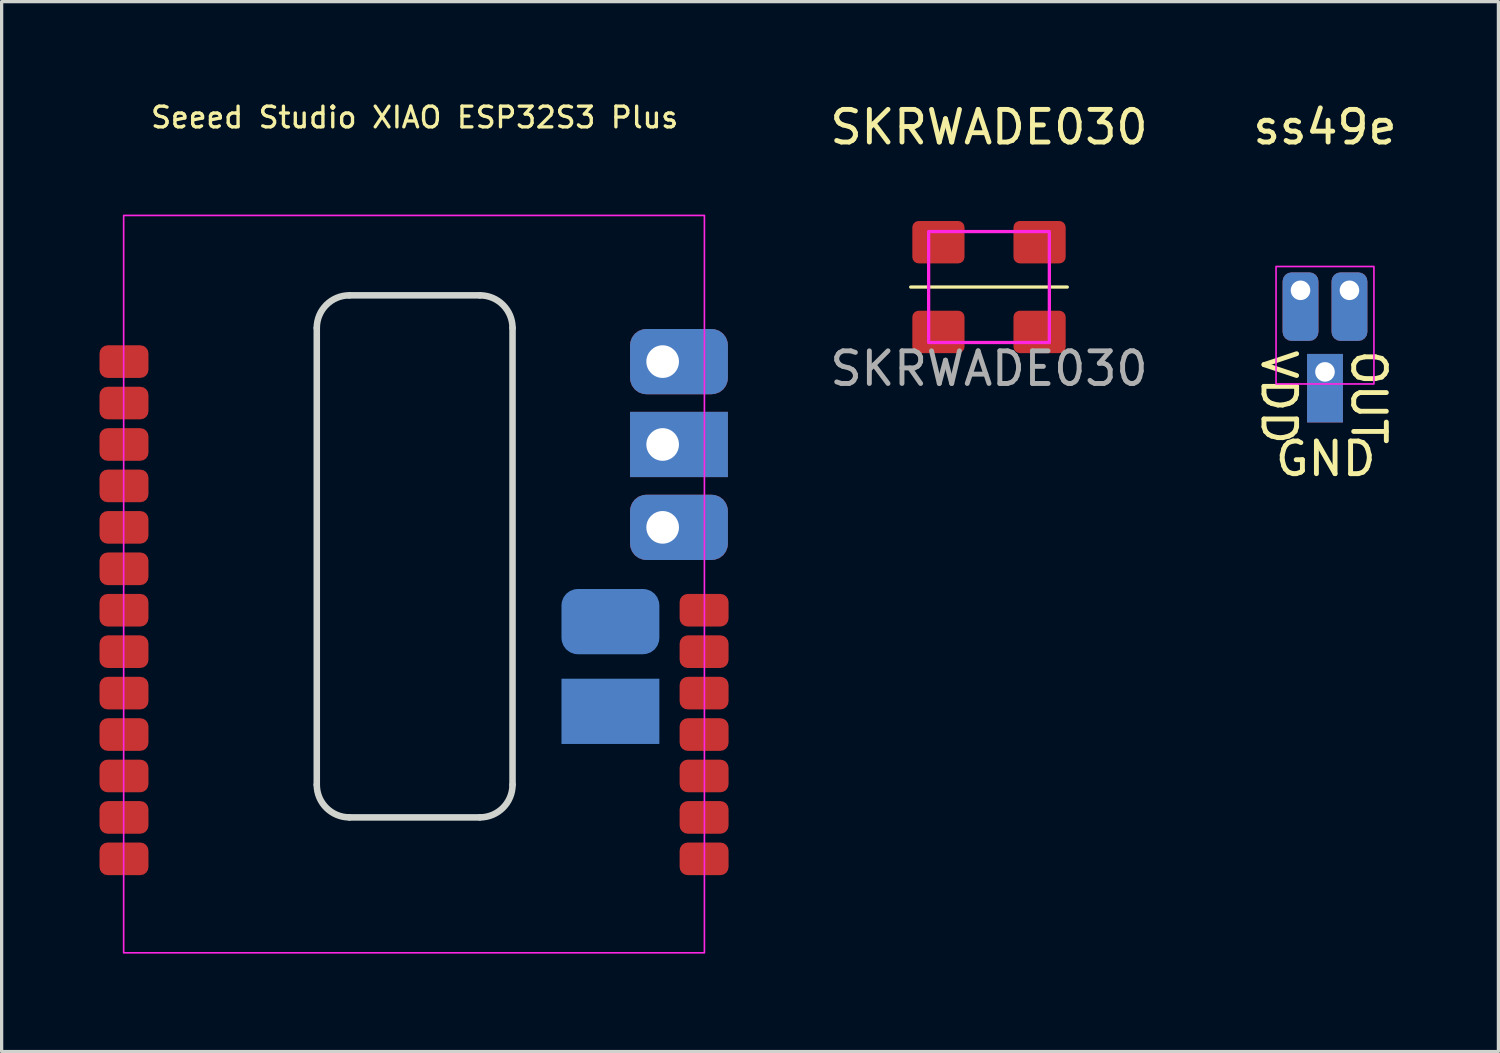
<source format=kicad_pcb>
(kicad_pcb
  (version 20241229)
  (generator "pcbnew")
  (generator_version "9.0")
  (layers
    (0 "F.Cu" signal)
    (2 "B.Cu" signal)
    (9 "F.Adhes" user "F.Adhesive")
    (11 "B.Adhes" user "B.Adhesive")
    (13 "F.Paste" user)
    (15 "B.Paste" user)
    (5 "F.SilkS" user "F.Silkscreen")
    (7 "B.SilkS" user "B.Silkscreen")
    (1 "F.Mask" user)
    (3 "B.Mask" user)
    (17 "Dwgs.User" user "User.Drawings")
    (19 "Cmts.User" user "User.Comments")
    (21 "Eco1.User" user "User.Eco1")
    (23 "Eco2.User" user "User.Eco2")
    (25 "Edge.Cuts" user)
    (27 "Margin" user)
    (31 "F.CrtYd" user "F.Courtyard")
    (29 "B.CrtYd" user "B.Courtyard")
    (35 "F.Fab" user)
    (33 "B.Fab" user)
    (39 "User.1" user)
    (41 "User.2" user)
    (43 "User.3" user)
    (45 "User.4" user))
  (footprint "SKRWADE030"
    (layer "F.Cu")
    (at 27.262 5.748)
    (property "Reference" "SKRWADE030" (at 0 -4.9 0) (unlocked yes) (layer "F.SilkS") (effects (font (size 1 1) (thickness 0.15))))
    (attr through_hole)
    (fp_line (start -2.4 0) (end 2.4 0) (stroke (width 0.1) (type default)) (layer "F.SilkS"))
    (fp_rect (start -1.85 -1.7) (end 1.85 1.7) (stroke (width 0.1) (type solid)) (fill no) (layer "F.CrtYd"))
    (fp_line (start -1.85 -1.7) (end -1.25 -1.05) (stroke (width 0.1) (type solid)) (layer "User.1"))
    (fp_line (start -1.25 1.05) (end -1.85 1.7) (stroke (width 0.1) (type solid)) (layer "User.1"))
    (fp_line (start 1.85 -1.7) (end 1.25 -1.05) (stroke (width 0.1) (type default)) (layer "User.1"))
    (fp_line (start 1.85 1.7) (end 1.25 1.05) (stroke (width 0.1) (type default)) (layer "User.1"))
    (fp_rect (start -1.25 -1.05) (end 1.25 1.05) (stroke (width 0.1) (type solid)) (fill no) (layer "User.1"))
    (fp_text user "${REFERENCE}" (at 0 2.5 0) (unlocked yes) (layer "F.Fab") (effects (font (size 1 1) (thickness 0.15))))
    (pad "1" smd roundrect (at -1.55 -1.375) (size 1.6 1.3) (layers "F.Cu" "F.Mask" "F.Paste") (roundrect_rratio 0.15))
    (pad "1" smd roundrect (at 1.55 -1.375) (size 1.6 1.3) (layers "F.Cu" "F.Mask" "F.Paste") (roundrect_rratio 0.15))
    (pad "2" smd roundrect (at -1.55 1.375) (size 1.6 1.3) (layers "F.Cu" "F.Mask" "F.Paste") (roundrect_rratio 0.15))
    (pad "2" smd roundrect (at 1.55 1.375) (size 1.6 1.3) (layers "F.Cu" "F.Mask" "F.Paste") (roundrect_rratio 0.15)))
  (footprint "Seeed Studio XIAO ESP32S3 Plus"
    (layer "F.Cu")
    (at 9.659 3.502)
    (property "Reference" "Seeed Studio XIAO ESP32S3 Plus" (at 0 -2.953 0) (unlocked yes) (layer "F.SilkS") (effects (font (size 0.635 0.635) (thickness 0.102))))
    (attr smd)
    (fp_line (start -3 17.5) (end -3 3.5) (stroke (width 0.2) (type solid)) (layer "Edge.Cuts"))
    (fp_line (start -2 2.5) (end 2 2.5) (stroke (width 0.2) (type solid)) (layer "Edge.Cuts"))
    (fp_line (start 2 18.5) (end -2 18.5) (stroke (width 0.2) (type solid)) (layer "Edge.Cuts"))
    (fp_line (start 3 3.5) (end 3 17.5) (stroke (width 0.2) (type solid)) (layer "Edge.Cuts"))
    (fp_arc (start -3 3.5) (mid -2.707107 2.792893) (end -2 2.5) (stroke (width 0.2) (type solid)) (layer "Edge.Cuts"))
    (fp_arc (start -2 18.5) (mid -2.707107 18.207107) (end -3 17.5) (stroke (width 0.2) (type solid)) (layer "Edge.Cuts"))
    (fp_arc (start 2 2.5) (mid 2.707107 2.792893) (end 3 3.5) (stroke (width 0.2) (type solid)) (layer "Edge.Cuts"))
    (fp_arc (start 3 17.5) (mid 2.707107 18.207107) (end 2 18.5) (stroke (width 0.2) (type solid)) (layer "Edge.Cuts"))
    (fp_rect (start -8.919 0.051) (end 8.881 22.651) (stroke (width 0.05) (type solid)) (fill no) (layer "F.CrtYd"))
    (fp_line (start -4.504 0.069) (end 4.497 0.069) (stroke (width 0.1) (type default)) (layer "User.1"))
    (fp_line (start -4.504 1.571) (end -4.504 0.069) (stroke (width 0.1) (type default)) (layer "User.1"))
    (fp_line (start 4.497 0.069) (end 4.497 1.581) (stroke (width 0.1) (type default)) (layer "User.1"))
    (fp_line (start 4.497 1.581) (end -4.504 1.581) (stroke (width 0.1) (type default)) (layer "User.1"))
    (fp_rect (start -3.829 0.086) (end 3.791 6.436) (stroke (width 0.076) (type default)) (fill no) (layer "User.1"))
    (fp_rect (start -4.075 3.5) (end 4.075 17.5) (stroke (width 0.1) (type solid)) (fill no) (layer "User.2"))
    (fp_rect (start -2 1.675) (end 2 19.325) (stroke (width 0.1) (type solid)) (fill no) (layer "User.2"))
    (pad "1" smd roundrect (at -8.909 4.531 270) (size 1 1.5) (layers "F.Cu" "F.Mask" "F.Paste") (roundrect_rratio 0.25))
    (pad "2" smd roundrect (at -8.909 7.071 270) (size 1 1.5) (layers "F.Cu" "F.Mask" "F.Paste") (roundrect_rratio 0.25))
    (pad "3" smd roundrect (at -8.909 9.611 270) (size 1 1.5) (layers "F.Cu" "F.Mask" "F.Paste") (roundrect_rratio 0.25))
    (pad "3V3" thru_hole roundrect (at 7.601 9.611 90) (size 2 3) (drill 1 (offset 0 0.5)) (layers "*.Cu" "*.Mask") (roundrect_rratio 0.25))
    (pad "4" smd roundrect (at -8.909 12.151 270) (size 1 1.5) (layers "F.Cu" "F.Mask" "F.Paste") (roundrect_rratio 0.25))
    (pad "5" smd roundrect (at -8.909 14.691 270) (size 1 1.5) (layers "F.Cu" "F.Mask" "F.Paste") (roundrect_rratio 0.25))
    (pad "5V" thru_hole roundrect (at 7.601 4.531 90) (size 2 3) (drill 1 (offset 0 0.5)) (layers "*.Cu" "*.Mask") (roundrect_rratio 0.25))
    (pad "6" smd roundrect (at -8.909 17.231 270) (size 1 1.5) (layers "F.Cu" "F.Mask" "F.Paste") (roundrect_rratio 0.25))
    (pad "7" smd roundrect (at 8.871 17.231 90) (size 1 1.5) (layers "F.Cu" "F.Mask" "F.Paste") (roundrect_rratio 0.25))
    (pad "8" smd roundrect (at 8.871 14.691 90) (size 1 1.5) (layers "F.Cu" "F.Mask" "F.Paste") (roundrect_rratio 0.25))
    (pad "9" smd roundrect (at 8.871 12.151 90) (size 1 1.5) (layers "F.Cu" "F.Mask" "F.Paste") (roundrect_rratio 0.25))
    (pad "10" smd roundrect (at -8.909 18.501 270) (size 1 1.5) (layers "F.Cu" "F.Mask" "F.Paste") (roundrect_rratio 0.25))
    (pad "11" smd roundrect (at 8.871 18.501 90) (size 1 1.5) (layers "F.Cu" "F.Mask" "F.Paste") (roundrect_rratio 0.25))
    (pad "12" smd roundrect (at 8.871 15.961 90) (size 1 1.5) (layers "F.Cu" "F.Mask" "F.Paste") (roundrect_rratio 0.25))
    (pad "13" smd roundrect (at 8.871 13.421 90) (size 1 1.5) (layers "F.Cu" "F.Mask" "F.Paste") (roundrect_rratio 0.25))
    (pad "14" smd roundrect (at 6 12.5 180) (size 3 2) (layers "B.Cu" "B.Mask" "B.Paste") (roundrect_rratio 0.25))
    (pad "15" smd rect (at 6 15.25 180) (size 3 2) (layers "B.Cu" "B.Mask" "B.Paste"))
    (pad "38" smd roundrect (at -8.909 5.801 270) (size 1 1.5) (layers "F.Cu" "F.Mask" "F.Paste") (roundrect_rratio 0.25))
    (pad "39" smd roundrect (at -8.909 8.341 270) (size 1 1.5) (layers "F.Cu" "F.Mask" "F.Paste") (roundrect_rratio 0.25))
    (pad "40" smd roundrect (at -8.909 10.881 270) (size 1 1.5) (layers "F.Cu" "F.Mask" "F.Paste") (roundrect_rratio 0.25))
    (pad "41" smd roundrect (at -8.909 13.421 270) (size 1 1.5) (layers "F.Cu" "F.Mask" "F.Paste") (roundrect_rratio 0.25))
    (pad "42" smd roundrect (at -8.909 15.961 270) (size 1 1.5) (layers "F.Cu" "F.Mask" "F.Paste") (roundrect_rratio 0.25))
    (pad "43" smd roundrect (at -8.909 19.771 270) (size 1 1.5) (layers "F.Cu" "F.Mask" "F.Paste") (roundrect_rratio 0.25))
    (pad "44" smd roundrect (at 8.871 19.771 90) (size 1 1.5) (layers "F.Cu" "F.Mask" "F.Paste") (roundrect_rratio 0.25))
    (pad "GND" thru_hole rect (at 7.601 7.071 90) (size 2 3) (drill 1 (offset 0 0.5)) (layers "*.Cu" "*.Mask")))
  (footprint "ss49e"
    (layer "F.Cu")
    (at 37.56 5.848)
    (property "Reference" "ss49e" (at 0 -5 0) (unlocked yes) (layer "F.SilkS") (effects (font (size 1 1) (thickness 0.15))))
    (attr through_hole)
    (fp_rect (start -1.5 -0.73) (end 1.5 2.87) (stroke (width 0.05) (type solid)) (fill no) (layer "F.CrtYd"))
    (fp_text user "GND" (at -1.6 5.75 0) (unlocked yes) (layer "F.SilkS") (effects (font (size 1 1) (thickness 0.15)) (justify left bottom)))
    (fp_text user "VDD" (at -2 1.75 270) (unlocked yes) (layer "F.SilkS") (effects (font (size 1 1) (thickness 0.15)) (justify left bottom)))
    (fp_text user "OUT" (at 0.75 1.75 270) (unlocked yes) (layer "F.SilkS") (effects (font (size 1 1) (thickness 0.15)) (justify left bottom)))
    (pad "1" thru_hole roundrect (at -0.75 0) (size 1.1 2.1) (drill 0.6 (offset 0 0.5)) (layers "*.Cu" "*.Mask") (roundrect_rratio 0.25))
    (pad "2" thru_hole rect (at 0 2.5) (size 1.1 2.1) (drill 0.6 (offset 0 0.5)) (layers "*.Cu" "*.Mask"))
    (pad "3" thru_hole roundrect (at 0.75 0) (size 1.1 2.1) (drill 0.6 (offset 0 0.5)) (layers "*.Cu" "*.Mask") (roundrect_rratio 0.25)))
  (gr_rect
    (start -3 -3)
    (end 42.875 29.179)
    (stroke (width 0.1) (type default))
    (fill no)
    (layer "Edge.Cuts")))
</source>
